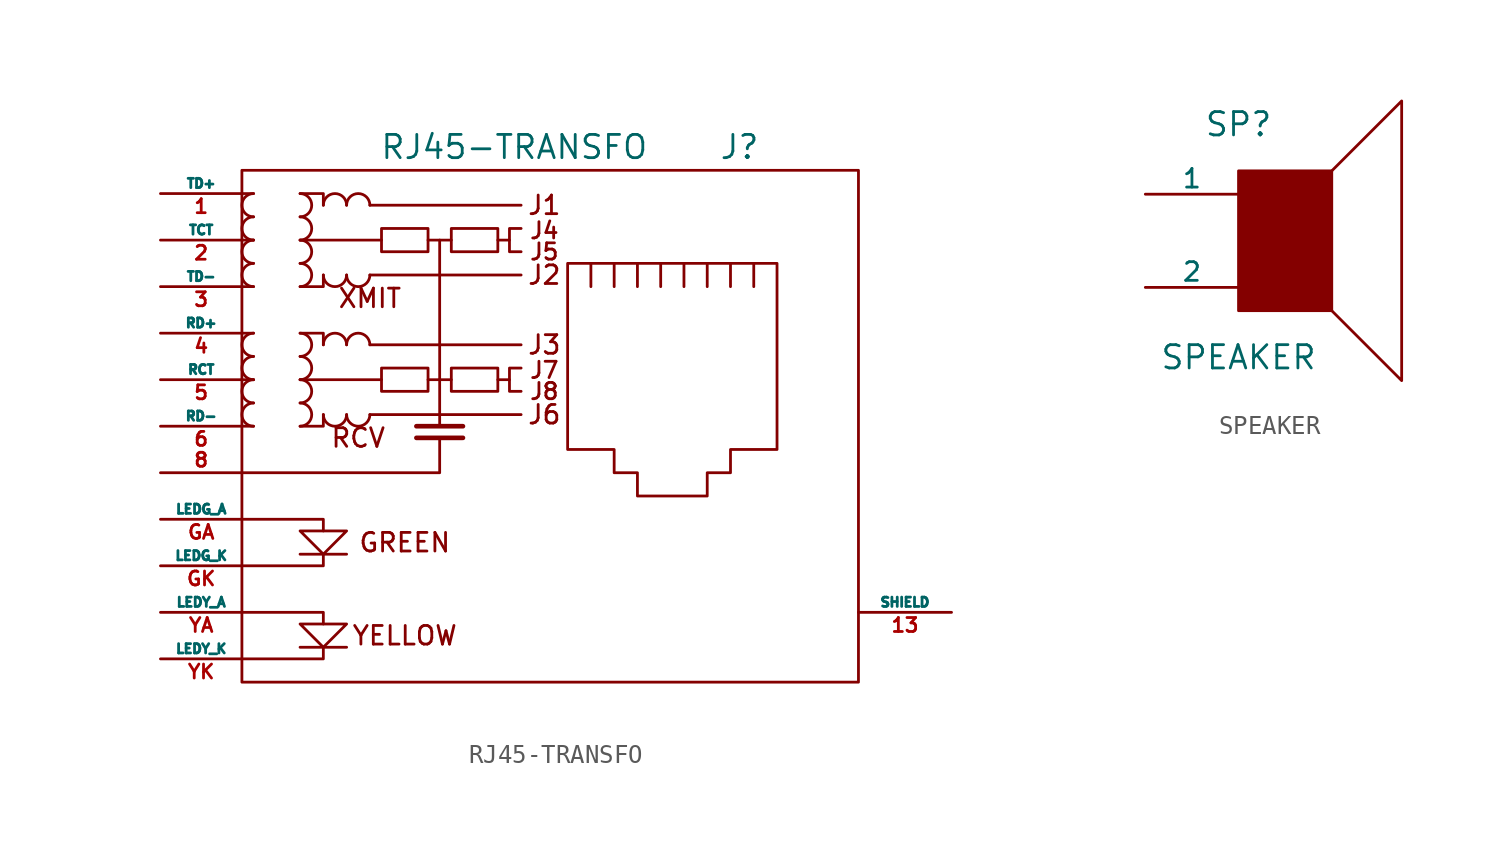
<source format=kicad_sym>
(kicad_symbol_lib
  (version 20231120)
  (generator "kicad_symbol_editor")
  (generator_version "8.0")
  (symbol "RJ45-TRANSFO"
    (pin_names
      (offset 0))
    (property "Reference" "J"
      (at 2.54 15.24 0)
      (effects (font (size 1.27 1.27)) (justify left)))
    (property "Value" "RJ45-TRANSFO"
      (at -1.27 15.24 0)
      (effects (font (size 1.27 1.27)) (justify right)))
    (property "Footprint" ""
      (at 0 0 0)
      (effects (font (size 1.27 1.27))))
    (property "Datasheet" ""
      (at 0 0 0)
      (effects (font (size 1.27 1.27))))
    (symbol "RJ45-TRANSFO_0_0"
      (polyline (pts (xy -17.78 -12.065) (xy -20.32 -12.065) (xy -20.32 -12.065)) (stroke (width 0) (type solid)) (fill (type none)))
      (polyline (pts (xy -17.78 -6.985) (xy -20.32 -6.985) (xy -20.32 -6.985)) (stroke (width 0) (type solid)) (fill (type none)))
      (polyline (pts (xy -12.7 2.54) (xy -12.7 0) (xy -12.7 0)) (stroke (width 0) (type solid)) (fill (type none)))
      (polyline (pts (xy -12.7 10.16) (xy -12.7 2.54) (xy -12.7 2.54)) (stroke (width 0) (type solid)) (fill (type none)))
      (polyline (pts (xy -11.43 -0.635) (xy -13.97 -0.635) (xy -13.97 -0.635)) (stroke (width 0.254) (type solid)) (fill (type none)))
      (polyline (pts (xy -8.89 2.54) (xy -9.525 2.54) (xy -9.525 2.54)) (stroke (width 0) (type solid)) (fill (type none)))
      (polyline (pts (xy -8.89 10.16) (xy -9.525 10.16) (xy -9.525 10.16)) (stroke (width 0) (type solid)) (fill (type none)))
      (polyline (pts (xy -23.495 -12.7) (xy -19.05 -12.7) (xy -19.05 -12.065) (xy -19.05 -12.065)) (stroke (width 0) (type solid)) (fill (type none)))
      (polyline (pts (xy -23.495 -10.16) (xy -19.05 -10.16) (xy -19.05 -10.795) (xy -19.05 -10.795)) (stroke (width 0) (type solid)) (fill (type none)))
      (polyline (pts (xy -23.495 -5.08) (xy -19.05 -5.08) (xy -19.05 -5.715) (xy -19.05 -5.715)) (stroke (width 0) (type solid)) (fill (type none)))
      (polyline (pts (xy -19.05 -6.985) (xy -19.05 -7.62) (xy -23.495 -7.62) (xy -22.86 -7.62)) (stroke (width 0) (type solid)) (fill (type none)))
      (polyline (pts (xy -12.7 -0.635) (xy -12.7 -2.54) (xy -23.495 -2.54) (xy -22.225 -2.54)) (stroke (width 0) (type solid)) (fill (type none)))
      (polyline (pts (xy -11.43 0) (xy -13.335 0) (xy -13.97 0) (xy -13.97 0)) (stroke (width 0.254) (type solid)) (fill (type none)))
      (polyline (pts (xy -20.32 -5.715) (xy -17.78 -5.715) (xy -19.05 -6.985) (xy -20.32 -5.715) (xy -20.32 -5.715)) (stroke (width 0) (type solid)) (fill (type none)))
      (polyline (pts (xy -17.78 -10.795) (xy -20.32 -10.795) (xy -19.05 -12.065) (xy -17.78 -10.795) (xy -17.78 -10.795)) (stroke (width 0) (type solid)) (fill (type none)))
      (polyline (pts (xy -8.255 3.175) (xy -8.89 3.175) (xy -8.89 1.905) (xy -8.255 1.905) (xy -8.255 1.905)) (stroke (width 0) (type solid)) (fill (type none)))
      (polyline (pts (xy -8.255 10.795) (xy -8.89 10.795) (xy -8.89 9.525) (xy -8.255 9.525) (xy -8.255 9.525)) (stroke (width 0) (type solid)) (fill (type none)))
      (text "GREEN" (at -14.605 -6.35 0) (effects (font (size 1.016 1.016))))
      (text "J1" (at -6.985 12.065 0) (effects (font (size 1.016 1.016))))
      (text "J2" (at -6.985 8.255 0) (effects (font (size 1.016 1.016))))
      (text "J3" (at -6.985 4.445 0) (effects (font (size 1.016 1.016))))
      (text "J4" (at -6.985 10.16 0) (effects (font (size 0.889 0.889)) (justify bottom)))
      (text "J5" (at -6.985 9.525 0) (effects (font (size 0.889 0.889))))
      (text "J6" (at -6.985 0.635 0) (effects (font (size 1.016 1.016))))
      (text "J7" (at -6.985 2.54 0) (effects (font (size 0.889 0.889)) (justify bottom)))
      (text "J8" (at -6.985 1.905 0) (effects (font (size 0.889 0.889))))
      (text "RCV" (at -17.145 -0.635 0) (effects (font (size 1.016 1.016))))
      (text "XMIT" (at -16.51 6.985 0) (effects (font (size 1.016 1.016))))
      (text "YELLOW" (at -14.605 -11.43 0) (effects (font (size 1.016 1.016)))))
    (symbol "RJ45-TRANSFO_0_1"
      (rectangle (start -23.495 -13.97) (end 10.16 13.97) (stroke (width 0) (type solid)) (fill (type none)))
      (arc (start -22.86 1.27) (mid -23.495 0.635) (end -22.86 0) (stroke (width 0) (type solid)) (fill (type none)))
      (arc (start -22.86 2.54) (mid -23.495 1.905) (end -22.86 1.27) (stroke (width 0) (type solid)) (fill (type none)))
      (arc (start -22.86 3.81) (mid -23.495 3.175) (end -22.86 2.54) (stroke (width 0) (type solid)) (fill (type none)))
      (arc (start -22.86 5.08) (mid -23.495 4.445) (end -22.86 3.81) (stroke (width 0) (type solid)) (fill (type none)))
      (arc (start -22.86 8.89) (mid -23.495 8.255) (end -22.86 7.62) (stroke (width 0) (type solid)) (fill (type none)))
      (arc (start -22.86 10.16) (mid -23.495 9.525) (end -22.86 8.89) (stroke (width 0) (type solid)) (fill (type none)))
      (arc (start -22.86 11.43) (mid -23.495 10.795) (end -22.86 10.16) (stroke (width 0) (type solid)) (fill (type none)))
      (arc (start -22.86 12.7) (mid -23.495 12.065) (end -22.86 11.43) (stroke (width 0) (type solid)) (fill (type none)))
      (arc (start -20.32 0) (mid -19.685 0.635) (end -20.32 1.27) (stroke (width 0) (type solid)) (fill (type none)))
      (arc (start -20.32 1.27) (mid -19.685 1.905) (end -20.32 2.54) (stroke (width 0) (type solid)) (fill (type none)))
      (arc (start -20.32 2.54) (mid -19.685 3.175) (end -20.32 3.81) (stroke (width 0) (type solid)) (fill (type none)))
      (arc (start -20.32 3.81) (mid -19.685 4.445) (end -20.32 5.08) (stroke (width 0) (type solid)) (fill (type none)))
      (arc (start -20.32 7.62) (mid -19.685 8.255) (end -20.32 8.89) (stroke (width 0) (type solid)) (fill (type none)))
      (arc (start -20.32 8.89) (mid -19.685 9.525) (end -20.32 10.16) (stroke (width 0) (type solid)) (fill (type none)))
      (arc (start -20.32 10.16) (mid -19.685 10.795) (end -20.32 11.43) (stroke (width 0) (type solid)) (fill (type none)))
      (arc (start -20.32 11.43) (mid -19.685 12.065) (end -20.32 12.7) (stroke (width 0) (type solid)) (fill (type none)))
      (arc (start -19.05 0.635) (mid -18.415 0) (end -17.78 0.635) (stroke (width 0) (type solid)) (fill (type none)))
      (arc (start -19.05 8.255) (mid -18.415 7.62) (end -17.78 8.255) (stroke (width 0) (type solid)) (fill (type none)))
      (arc (start -17.78 0.635) (mid -17.145 0) (end -16.51 0.635) (stroke (width 0) (type solid)) (fill (type none)))
      (arc (start -17.78 4.445) (mid -18.415 5.08) (end -19.05 4.445) (stroke (width 0) (type solid)) (fill (type none)))
      (arc (start -17.78 8.255) (mid -17.145 7.62) (end -16.51 8.255) (stroke (width 0) (type solid)) (fill (type none)))
      (arc (start -17.78 12.065) (mid -18.415 12.7) (end -19.05 12.065) (stroke (width 0) (type solid)) (fill (type none)))
      (arc (start -16.51 4.445) (mid -17.145 5.08) (end -17.78 4.445) (stroke (width 0) (type solid)) (fill (type none)))
      (arc (start -16.51 12.065) (mid -17.145 12.7) (end -17.78 12.065) (stroke (width 0) (type solid)) (fill (type none)))
      (rectangle (start -15.875 3.175) (end -13.335 1.905) (stroke (width 0) (type solid)) (fill (type none)))
      (rectangle (start -15.875 10.795) (end -13.335 9.525) (stroke (width 0) (type solid)) (fill (type none)))
      (rectangle (start -12.065 3.175) (end -9.525 1.905) (stroke (width 0) (type solid)) (fill (type none)))
      (rectangle (start -12.065 10.795) (end -9.525 9.525) (stroke (width 0) (type solid)) (fill (type none)))
      (polyline (pts (xy -22.86 0) (xy -23.495 0) (xy -23.495 0)) (stroke (width 0) (type solid)) (fill (type none)))
      (polyline (pts (xy -22.86 2.54) (xy -23.495 2.54) (xy -23.495 2.54)) (stroke (width 0) (type solid)) (fill (type none)))
      (polyline (pts (xy -22.86 5.08) (xy -23.495 5.08) (xy -23.495 5.08)) (stroke (width 0) (type solid)) (fill (type none)))
      (polyline (pts (xy -22.86 7.62) (xy -23.495 7.62) (xy -23.495 7.62)) (stroke (width 0) (type solid)) (fill (type none)))
      (polyline (pts (xy -22.86 10.16) (xy -23.495 10.16) (xy -23.495 10.16)) (stroke (width 0) (type solid)) (fill (type none)))
      (polyline (pts (xy -16.51 0.635) (xy -8.255 0.635) (xy -8.255 0.635)) (stroke (width 0) (type solid)) (fill (type none)))
      (polyline (pts (xy -16.51 4.445) (xy -8.255 4.445) (xy -8.255 4.445)) (stroke (width 0) (type solid)) (fill (type none)))
      (polyline (pts (xy -16.51 8.255) (xy -8.255 8.255) (xy -8.255 8.255)) (stroke (width 0) (type solid)) (fill (type none)))
      (polyline (pts (xy -16.51 12.065) (xy -8.255 12.065) (xy -8.255 12.065)) (stroke (width 0) (type solid)) (fill (type none)))
      (polyline (pts (xy -13.335 2.54) (xy -12.065 2.54) (xy -12.065 2.54)) (stroke (width 0) (type solid)) (fill (type none)))
      (polyline (pts (xy -13.335 10.16) (xy -12.065 10.16) (xy -12.065 10.16)) (stroke (width 0) (type solid)) (fill (type none)))
      (polyline (pts (xy -4.445 7.62) (xy -4.445 8.89) (xy -4.445 8.89)) (stroke (width 0) (type solid)) (fill (type none)))
      (polyline (pts (xy -3.175 8.89) (xy -3.175 7.62) (xy -3.175 7.62)) (stroke (width 0) (type solid)) (fill (type none)))
      (polyline (pts (xy -1.905 8.89) (xy -1.905 7.62) (xy -1.905 7.62)) (stroke (width 0) (type solid)) (fill (type none)))
      (polyline (pts (xy -0.635 8.89) (xy -0.635 7.62) (xy -0.635 7.62)) (stroke (width 0) (type solid)) (fill (type none)))
      (polyline (pts (xy 0.635 8.89) (xy 0.635 7.62) (xy 0.635 7.62)) (stroke (width 0) (type solid)) (fill (type none)))
      (polyline (pts (xy 1.905 8.89) (xy 1.905 7.62) (xy 1.905 7.62)) (stroke (width 0) (type solid)) (fill (type none)))
      (polyline (pts (xy 3.175 7.62) (xy 3.175 8.89) (xy 3.175 8.89)) (stroke (width 0) (type solid)) (fill (type none)))
      (polyline (pts (xy 4.445 7.62) (xy 4.445 8.89) (xy 4.445 8.89)) (stroke (width 0) (type solid)) (fill (type none)))
      (polyline (pts (xy -22.86 12.7) (xy -23.495 12.7) (xy -23.495 12.7) (xy -23.495 12.7)) (stroke (width 0) (type solid)) (fill (type none)))
      (polyline (pts (xy -19.05 0.635) (xy -19.05 0) (xy -20.32 0) (xy -20.32 0)) (stroke (width 0) (type solid)) (fill (type none)))
      (polyline (pts (xy -19.05 8.255) (xy -19.05 7.62) (xy -20.32 7.62) (xy -20.32 7.62)) (stroke (width 0) (type solid)) (fill (type none)))
      (polyline (pts (xy -15.875 2.54) (xy -20.32 2.54) (xy -20.32 2.54) (xy -20.32 2.54)) (stroke (width 0) (type solid)) (fill (type none)))
      (polyline (pts (xy -15.875 10.16) (xy -20.32 10.16) (xy -20.32 10.16) (xy -20.32 10.16)) (stroke (width 0) (type solid)) (fill (type none)))
      (polyline (pts (xy -20.32 5.08) (xy -19.05 5.08) (xy -19.05 4.445) (xy -19.05 4.445) (xy -19.05 4.445) (xy -19.05 4.445)) (stroke (width 0) (type solid)) (fill (type none)))
      (polyline (pts (xy -20.32 12.7) (xy -19.05 12.7) (xy -19.05 12.065) (xy -19.05 12.065) (xy -19.05 12.065) (xy -19.05 12.065)) (stroke (width 0) (type solid)) (fill (type none)))
      (polyline (pts (xy -5.715 8.89) (xy 5.715 8.89) (xy 5.715 -1.27) (xy 3.175 -1.27) (xy 3.175 -2.54) (xy 1.905 -2.54) (xy 1.905 -3.81) (xy -1.905 -3.81) (xy -1.905 -2.54) (xy -3.175 -2.54) (xy -3.175 -1.27) (xy -5.715 -1.27) (xy -5.715 8.89) (xy -5.715 8.89)) (stroke (width 0) (type solid)) (fill (type none))))
    (symbol "RJ45-TRANSFO_1_1"
      (pin passive line (at -27.94 12.7 0) (length 4.445) (name "TD+" (effects (font (size 0.508 0.508)))) (number "1" (effects (font (size 0.762 0.762)))))
      (pin passive line (at 15.24 -10.16 180) (length 5.08) (name "SHIELD" (effects (font (size 0.508 0.508)))) (number "13" (effects (font (size 0.762 0.762)))))
      (pin passive line (at -27.94 10.16 0) (length 4.445) (name "TCT" (effects (font (size 0.508 0.508)))) (number "2" (effects (font (size 0.762 0.762)))))
      (pin passive line (at -27.94 7.62 0) (length 4.445) (name "TD-" (effects (font (size 0.508 0.508)))) (number "3" (effects (font (size 0.762 0.762)))))
      (pin passive line (at -27.94 5.08 0) (length 4.445) (name "RD+" (effects (font (size 0.508 0.508)))) (number "4" (effects (font (size 0.762 0.762)))))
      (pin passive line (at -27.94 2.54 0) (length 4.445) (name "RCT" (effects (font (size 0.508 0.508)))) (number "5" (effects (font (size 0.762 0.762)))))
      (pin passive line (at -27.94 0 0) (length 4.445) (name "RD-" (effects (font (size 0.508 0.508)))) (number "6" (effects (font (size 0.762 0.762)))))
      (pin passive line (at -27.94 -2.54 0) (length 4.445) (name "~" (effects (font (size 0.508 0.508)))) (number "8" (effects (font (size 0.762 0.762)))))
      (pin passive line (at -27.94 -5.08 0) (length 4.445) (name "LEDG_A" (effects (font (size 0.508 0.508)))) (number "GA" (effects (font (size 0.762 0.762)))))
      (pin passive line (at -27.94 -7.62 0) (length 4.445) (name "LEDG_K" (effects (font (size 0.508 0.508)))) (number "GK" (effects (font (size 0.762 0.762)))))
      (pin passive line (at -27.94 -10.16 0) (length 4.445) (name "LEDY_A" (effects (font (size 0.508 0.508)))) (number "YA" (effects (font (size 0.762 0.762)))))
      (pin passive line (at -27.94 -12.7 0) (length 4.445) (name "LEDY_K" (effects (font (size 0.508 0.508)))) (number "YK" (effects (font (size 0.762 0.762)))))))
  (symbol "SPEAKER"
    (pin_numbers hide)
    (pin_names
      (offset 0))
    (property "Reference" "SP"
      (at -2.54 6.35 0)
      (effects (font (size 1.27 1.27))))
    (property "Value" "SPEAKER"
      (at -2.54 -6.35 0)
      (effects (font (size 1.27 1.27))))
    (property "Footprint" ""
      (at 0 0 0)
      (effects (font (size 1.27 1.27))))
    (property "Datasheet" ""
      (at 0 0 0)
      (effects (font (size 1.27 1.27))))
    (symbol "SPEAKER_0_0"
      (polyline (pts (xy 2.54 3.81) (xy 6.35 7.62) (xy 6.35 -7.62) (xy 2.54 -3.81)) (stroke (width 0) (type solid)) (fill (type none)))
      (polyline (pts (xy -2.54 3.81) (xy 2.54 3.81) (xy 2.54 -3.81) (xy -2.54 -3.81) (xy -2.54 3.81)) (stroke (width 0) (type solid)) (fill (type outline))))
    (symbol "SPEAKER_1_1"
      (pin input line (at -7.62 2.54 0) (length 5.08) (name "1" (effects (font (size 1.016 1.016)))) (number "1" (effects (font (size 1.016 1.016)))))
      (pin input line (at -7.62 -2.54 0) (length 5.08) (name "2" (effects (font (size 1.016 1.016)))) (number "2" (effects (font (size 1.016 1.016))))))))
</source>
